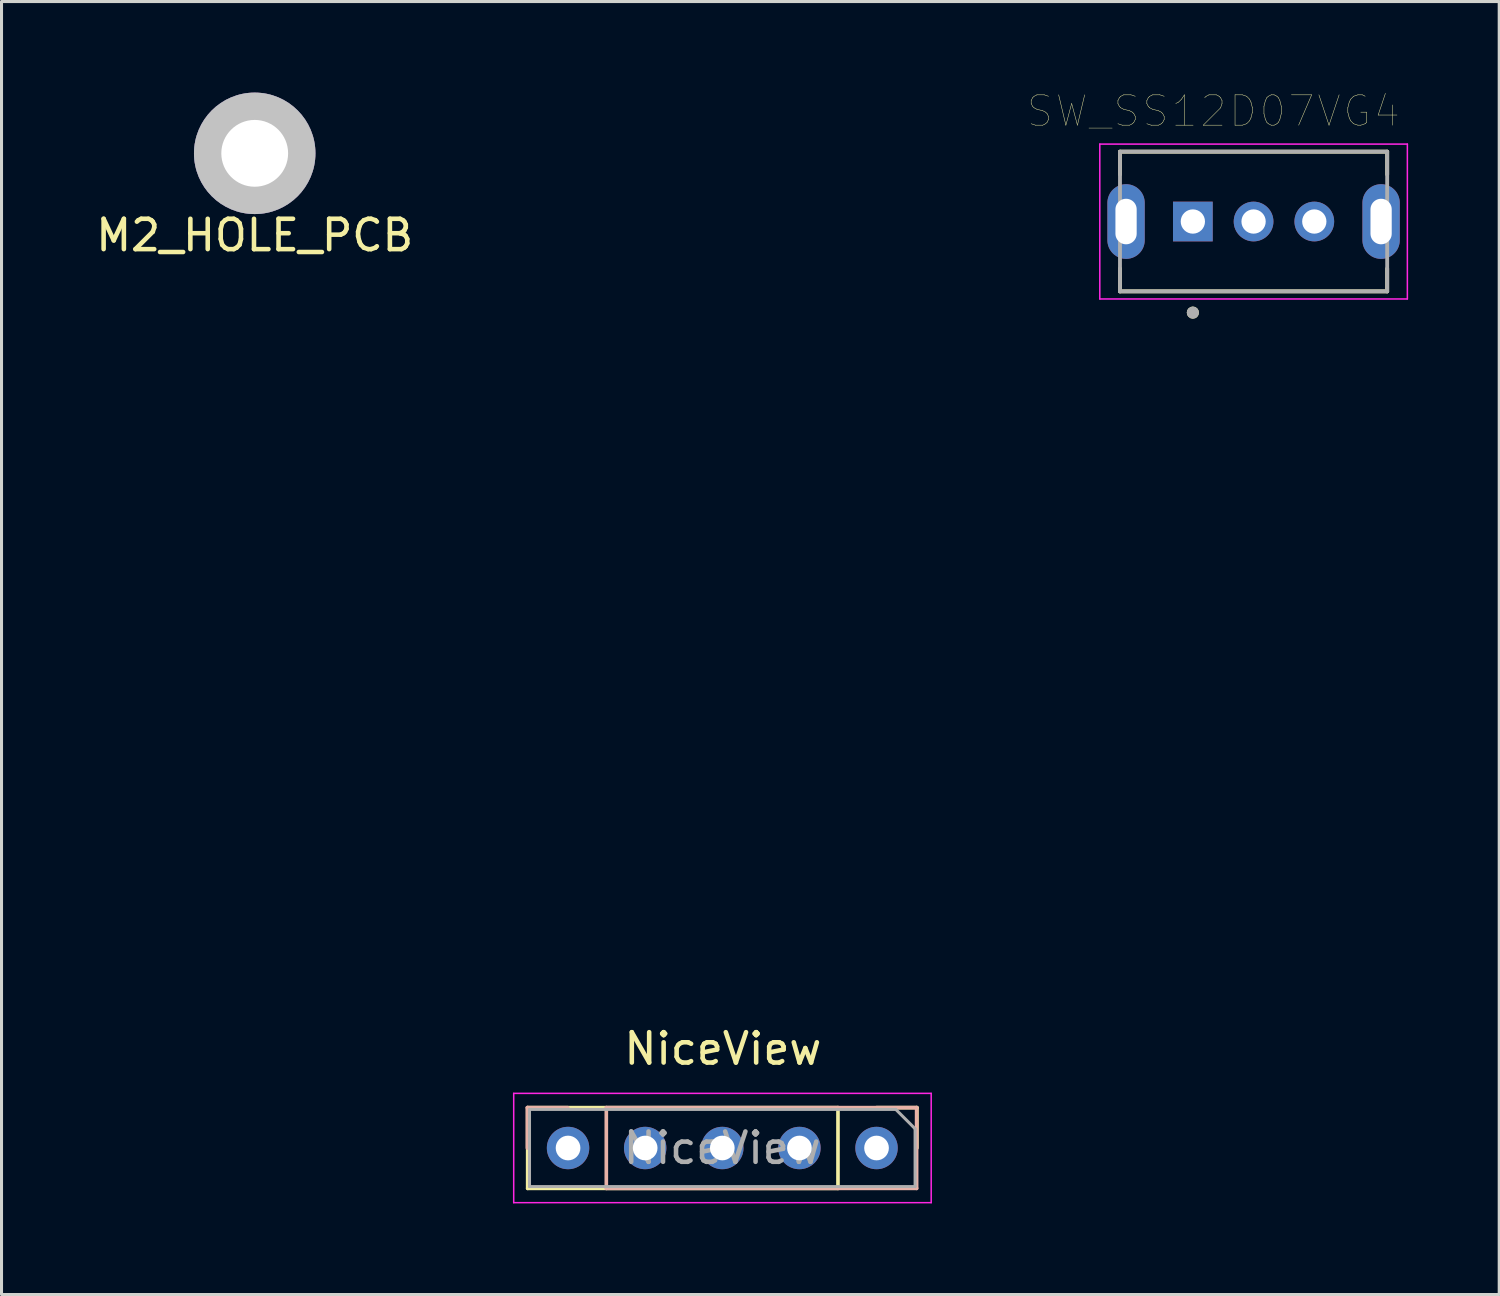
<source format=kicad_pcb>
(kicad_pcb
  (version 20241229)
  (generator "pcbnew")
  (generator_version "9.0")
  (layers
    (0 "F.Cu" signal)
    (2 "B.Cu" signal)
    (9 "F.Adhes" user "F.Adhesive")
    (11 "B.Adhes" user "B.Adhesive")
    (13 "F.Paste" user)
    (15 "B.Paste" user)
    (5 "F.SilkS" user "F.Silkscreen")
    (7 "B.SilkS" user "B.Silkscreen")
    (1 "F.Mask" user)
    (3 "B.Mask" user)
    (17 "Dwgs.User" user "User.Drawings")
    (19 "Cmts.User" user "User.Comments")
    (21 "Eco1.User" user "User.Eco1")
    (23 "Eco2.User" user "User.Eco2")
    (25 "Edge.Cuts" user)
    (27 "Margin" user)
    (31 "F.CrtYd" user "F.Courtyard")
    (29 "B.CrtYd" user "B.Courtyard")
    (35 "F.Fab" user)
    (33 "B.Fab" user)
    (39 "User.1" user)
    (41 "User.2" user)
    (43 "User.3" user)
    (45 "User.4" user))
  (footprint "M2_HOLE_PCB"
    (layer "F.Cu")
    (at 5.339 2)
    (property "Reference" "M2_HOLE_PCB" (at 0 2.7 0) (layer "F.SilkS") (effects (font (size 1 1) (thickness 0.15))))
    (attr through_hole)
    (pad "" thru_hole circle (at 0 0) (size 4 4) (drill 2.2) (layers "*.Cu" "*.Mask" "Dwgs.User")))
  (footprint "NiceView"
    (layer "F.Cu")
    (at 20.739 34.76)
    (property "Reference" "NiceView" (at 0.02 -3.27 0) (layer "F.SilkS") (effects (font (size 1 1) (thickness 0.15))))
    (attr through_hole)
    (fp_line (start -6.41 -1.33) (end -6.41 1.33) (stroke (width 0.12) (type solid)) (layer "F.SilkS"))
    (fp_line (start 3.81 -1.33) (end -6.41 -1.33) (stroke (width 0.12) (type solid)) (layer "F.SilkS"))
    (fp_line (start 3.81 -1.33) (end 3.81 1.33) (stroke (width 0.12) (type solid)) (layer "F.SilkS"))
    (fp_line (start 3.81 1.33) (end -6.41 1.33) (stroke (width 0.12) (type solid)) (layer "F.SilkS"))
    (fp_line (start 5.08 -1.33) (end 6.41 -1.33) (stroke (width 0.12) (type solid)) (layer "F.SilkS"))
    (fp_line (start 6.41 -1.33) (end 6.41 0) (stroke (width 0.12) (type solid)) (layer "F.SilkS"))
    (fp_line (start -6.42 -1.33) (end -6.42 0) (stroke (width 0.12) (type solid)) (layer "B.SilkS"))
    (fp_line (start -5.09 -1.33) (end -6.42 -1.33) (stroke (width 0.12) (type solid)) (layer "B.SilkS"))
    (fp_line (start -3.82 -1.33) (end -3.82 1.33) (stroke (width 0.12) (type solid)) (layer "B.SilkS"))
    (fp_line (start -3.82 -1.33) (end 6.4 -1.33) (stroke (width 0.12) (type solid)) (layer "B.SilkS"))
    (fp_line (start -3.82 1.33) (end 6.4 1.33) (stroke (width 0.12) (type solid)) (layer "B.SilkS"))
    (fp_line (start 6.4 -1.33) (end 6.4 1.33) (stroke (width 0.12) (type solid)) (layer "B.SilkS"))
    (fp_rect (start -7 -34.7) (end 7 1.3) (stroke (width 0.12) (type solid)) (fill no) (layer "Eco1.User"))
    (fp_line (start -6.87 -1.8) (end -6.87 1.8) (stroke (width 0.05) (type solid)) (layer "F.CrtYd"))
    (fp_line (start -6.87 1.8) (end 6.88 1.8) (stroke (width 0.05) (type solid)) (layer "F.CrtYd"))
    (fp_line (start 6.88 -1.8) (end -6.87 -1.8) (stroke (width 0.05) (type solid)) (layer "F.CrtYd"))
    (fp_line (start 6.88 1.8) (end 6.88 -1.8) (stroke (width 0.05) (type solid)) (layer "F.CrtYd"))
    (fp_line (start -6.35 -1.27) (end 5.715 -1.27) (stroke (width 0.1) (type solid)) (layer "F.Fab"))
    (fp_line (start -6.35 1.27) (end -6.35 -1.27) (stroke (width 0.1) (type solid)) (layer "F.Fab"))
    (fp_line (start 5.715 -1.27) (end 6.35 -0.635) (stroke (width 0.1) (type solid)) (layer "F.Fab"))
    (fp_line (start 6.35 -0.635) (end 6.35 1.27) (stroke (width 0.1) (type solid)) (layer "F.Fab"))
    (fp_line (start 6.35 1.27) (end -6.35 1.27) (stroke (width 0.1) (type solid)) (layer "F.Fab"))
    (fp_text user "${REFERENCE}" (at 0 0 0) (layer "F.Fab") (effects (font (size 1 1) (thickness 0.15))))
    (pad "1" thru_hole circle (at -5.08 0 270) (size 1.397 1.397) (drill 0.813) (layers "*.Cu" "*.Mask"))
    (pad "2" thru_hole circle (at -2.54 0 270) (size 1.397 1.397) (drill 0.813) (layers "*.Cu" "*.Mask"))
    (pad "3" thru_hole circle (at 0 0 270) (size 1.397 1.397) (drill 0.813) (layers "*.Cu" "*.Mask"))
    (pad "4" thru_hole circle (at 2.54 0 270) (size 1.397 1.397) (drill 0.813) (layers "*.Cu" "*.Mask"))
    (pad "5" thru_hole circle (at 5.08 0 270) (size 1.397 1.397) (drill 0.813) (layers "*.Cu" "*.Mask")))
  (footprint "SW_SS12D07VG4"
    (layer "F.Cu")
    (at 38.237 4.246)
    (property "Reference" "SW_SS12D07VG4" (at -1.325 -3.635 0) (layer "F.SilkS") (effects (font (size 1 1) (thickness 0.015))))
    (attr through_hole)
    (fp_line (start -4.4 -2.3) (end -4.4 -1.55) (stroke (width 0.127) (type solid)) (layer "F.SilkS"))
    (fp_line (start -4.4 2.3) (end -4.4 1.55) (stroke (width 0.127) (type solid)) (layer "F.SilkS"))
    (fp_line (start -4.4 2.3) (end 4.4 2.3) (stroke (width 0.127) (type solid)) (layer "F.SilkS"))
    (fp_line (start 4.4 -2.3) (end -4.4 -2.3) (stroke (width 0.127) (type solid)) (layer "F.SilkS"))
    (fp_line (start 4.4 -2.3) (end 4.4 -1.55) (stroke (width 0.127) (type solid)) (layer "F.SilkS"))
    (fp_line (start 4.4 2.3) (end 4.4 1.55) (stroke (width 0.127) (type solid)) (layer "F.SilkS"))
    (fp_circle (center -2 3) (end -1.9 3) (stroke (width 0.2) (type solid)) (fill no) (layer "F.SilkS"))
    (fp_line (start -5.065 -2.55) (end -5.065 2.55) (stroke (width 0.05) (type solid)) (layer "F.CrtYd"))
    (fp_line (start -5.065 2.55) (end 5.065 2.55) (stroke (width 0.05) (type solid)) (layer "F.CrtYd"))
    (fp_line (start 5.065 -2.55) (end -5.065 -2.55) (stroke (width 0.05) (type solid)) (layer "F.CrtYd"))
    (fp_line (start 5.065 2.55) (end 5.065 -2.55) (stroke (width 0.05) (type solid)) (layer "F.CrtYd"))
    (fp_line (start -4.4 -2.3) (end -4.4 2.3) (stroke (width 0.127) (type solid)) (layer "F.Fab"))
    (fp_line (start -4.4 2.3) (end 4.4 2.3) (stroke (width 0.127) (type solid)) (layer "F.Fab"))
    (fp_line (start 4.4 -2.3) (end -4.4 -2.3) (stroke (width 0.127) (type solid)) (layer "F.Fab"))
    (fp_line (start 4.4 2.3) (end 4.4 -2.3) (stroke (width 0.127) (type solid)) (layer "F.Fab"))
    (fp_circle (center -2 3) (end -1.9 3) (stroke (width 0.2) (type solid)) (fill no) (layer "F.Fab"))
    (pad "1" thru_hole rect (at -2 0) (size 1.308 1.308) (drill 0.8) (layers "*.Cu" "*.Mask"))
    (pad "2" thru_hole circle (at 0 0) (size 1.308 1.308) (drill 0.8) (layers "*.Cu" "*.Mask"))
    (pad "3" thru_hole circle (at 2 0) (size 1.308 1.308) (drill 0.8) (layers "*.Cu" "*.Mask"))
    (pad "S1" thru_hole oval (at -4.2 0) (size 1.23 2.46) (drill oval 0.7 1.5) (layers "*.Cu" "*.Mask"))
    (pad "S2" thru_hole oval (at 4.2 0) (size 1.23 2.46) (drill oval 0.7 1.5) (layers "*.Cu" "*.Mask")))
  (gr_rect
    (start -3 -3)
    (end 46.327 39.585)
    (stroke (width 0.1) (type default))
    (fill no)
    (layer "Edge.Cuts")))
</source>
